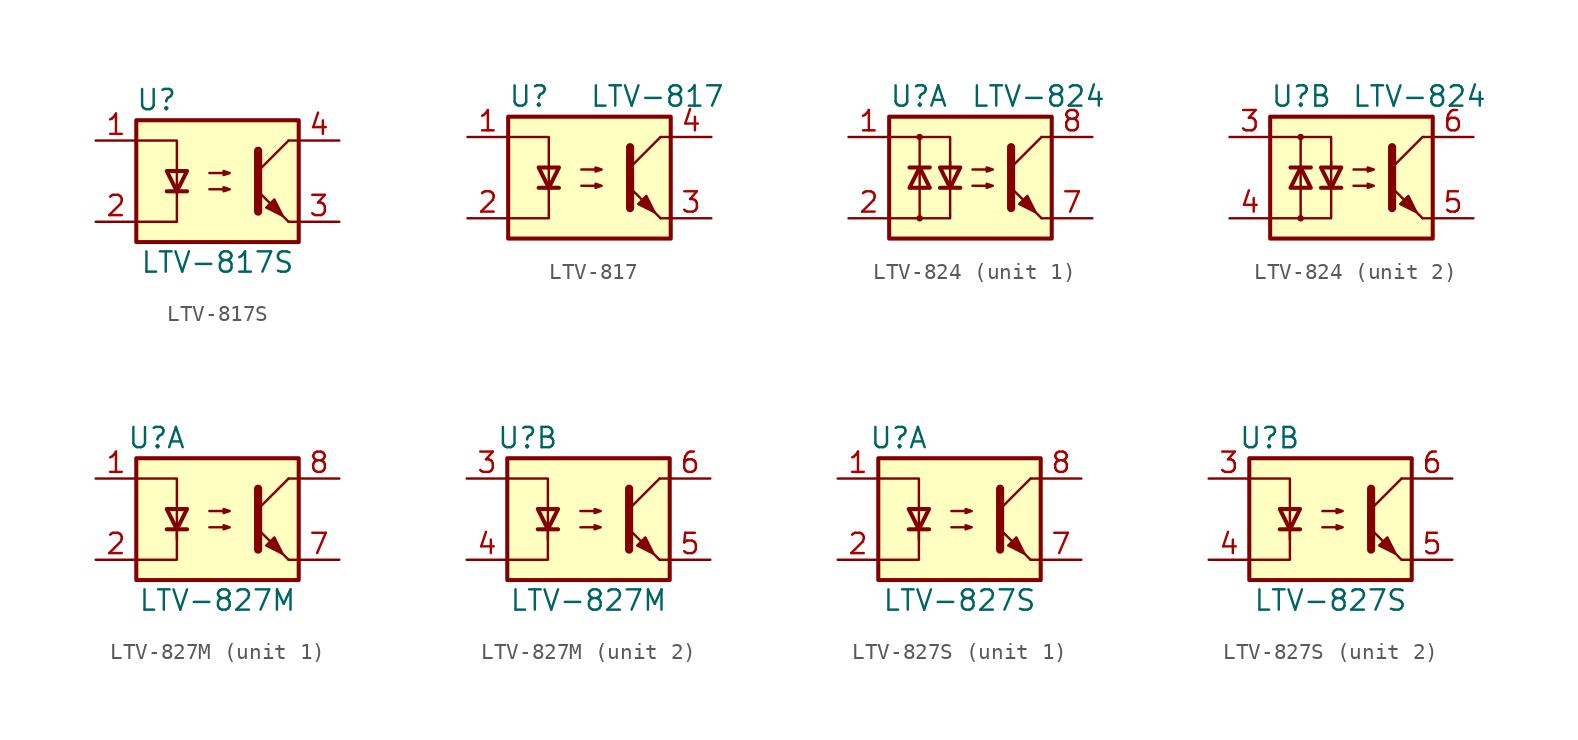
<source format=kicad_sym>
(kicad_symbol_lib
  (version 20241209)
  (generator "kicad_symbol_editor")
  (generator_version "9.0")
  (symbol "LTV-817S"
    (pin_names
      (offset 1.016))
    (property "Reference" "U"
      (at -3.81 5.08 0)
      (effects (font (size 1.27 1.27))))
    (property "Value" "LTV-817S"
      (at 0 -5.08 0)
      (effects (font (size 1.27 1.27))))
    (symbol "LTV-817S_1_1"
      (rectangle (start -5.08 3.81) (end 5.08 -3.81) (stroke (width 0.254) (type default)) (fill (type background)))
      (polyline (pts (xy -5.08 2.54) (xy -2.54 2.54) (xy -2.54 -0.762)) (stroke (width 0) (type default)) (fill (type none)))
      (polyline (pts (xy -3.175 -0.635) (xy -1.905 -0.635)) (stroke (width 0.254) (type default)) (fill (type none)))
      (polyline (pts (xy -2.54 -0.635) (xy -2.54 -2.54) (xy -5.08 -2.54)) (stroke (width 0) (type default)) (fill (type none)))
      (polyline (pts (xy -2.54 -0.635) (xy -3.175 0.635) (xy -1.905 0.635) (xy -2.54 -0.635)) (stroke (width 0.254) (type default)) (fill (type none)))
      (polyline (pts (xy -0.508 0.508) (xy 0.762 0.508) (xy 0.381 0.381) (xy 0.381 0.635) (xy 0.762 0.508)) (stroke (width 0) (type default)) (fill (type none)))
      (polyline (pts (xy -0.508 -0.508) (xy 0.762 -0.508) (xy 0.381 -0.635) (xy 0.381 -0.381) (xy 0.762 -0.508)) (stroke (width 0) (type default)) (fill (type none)))
      (polyline (pts (xy 2.54 1.905) (xy 2.54 -1.905) (xy 2.54 -1.905)) (stroke (width 0.508) (type default)) (fill (type none)))
      (polyline (pts (xy 2.54 0.635) (xy 4.445 2.54)) (stroke (width 0) (type default)) (fill (type none)))
      (polyline (pts (xy 3.048 -1.651) (xy 3.556 -1.143) (xy 4.064 -2.159) (xy 3.048 -1.651) (xy 3.048 -1.651)) (stroke (width 0) (type default)) (fill (type outline)))
      (polyline (pts (xy 4.445 2.54) (xy 5.08 2.54)) (stroke (width 0) (type default)) (fill (type none)))
      (polyline (pts (xy 4.445 -2.54) (xy 2.54 -0.635)) (stroke (width 0) (type default)) (fill (type outline)))
      (polyline (pts (xy 4.445 -2.54) (xy 5.08 -2.54)) (stroke (width 0) (type default)) (fill (type none)))
      (pin passive line (at -7.62 2.54 0) (length 2.54) (name "~" (effects (font (size 1.27 1.27)))) (number "1" (effects (font (size 1.27 1.27)))))
      (pin passive line (at -7.62 -2.54 0) (length 2.54) (name "~" (effects (font (size 1.27 1.27)))) (number "2" (effects (font (size 1.27 1.27)))))
      (pin passive line (at 7.62 2.54 180) (length 2.54) (name "~" (effects (font (size 1.27 1.27)))) (number "4" (effects (font (size 1.27 1.27)))))
      (pin passive line (at 7.62 -2.54 180) (length 2.54) (name "~" (effects (font (size 1.27 1.27)))) (number "3" (effects (font (size 1.27 1.27)))))))
  (symbol "LTV-817"
    (pin_names
      (offset 1.016))
    (property "Reference" "U"
      (at -5.08 5.08 0)
      (effects (font (size 1.27 1.27)) (justify left)))
    (property "Value" "LTV-817"
      (at 0 5.08 0)
      (effects (font (size 1.27 1.27)) (justify left)))
    (symbol "LTV-817_0_1"
      (rectangle (start -5.08 3.81) (end 5.08 -3.81) (stroke (width 0.254) (type default)) (fill (type background)))
      (polyline (pts (xy -5.08 2.54) (xy -2.54 2.54) (xy -2.54 -0.762)) (stroke (width 0) (type default)) (fill (type none)))
      (polyline (pts (xy -3.175 -0.635) (xy -1.905 -0.635)) (stroke (width 0.254) (type default)) (fill (type none)))
      (polyline (pts (xy -2.54 -0.635) (xy -2.54 -2.54) (xy -5.08 -2.54)) (stroke (width 0) (type default)) (fill (type none)))
      (polyline (pts (xy -2.54 -0.635) (xy -3.175 0.635) (xy -1.905 0.635) (xy -2.54 -0.635)) (stroke (width 0.254) (type default)) (fill (type none)))
      (polyline (pts (xy -0.508 0.508) (xy 0.762 0.508) (xy 0.381 0.381) (xy 0.381 0.635) (xy 0.762 0.508)) (stroke (width 0) (type default)) (fill (type none)))
      (polyline (pts (xy -0.508 -0.508) (xy 0.762 -0.508) (xy 0.381 -0.635) (xy 0.381 -0.381) (xy 0.762 -0.508)) (stroke (width 0) (type default)) (fill (type none)))
      (polyline (pts (xy 2.54 1.905) (xy 2.54 -1.905) (xy 2.54 -1.905)) (stroke (width 0.508) (type default)) (fill (type none)))
      (polyline (pts (xy 2.54 0.635) (xy 4.445 2.54)) (stroke (width 0) (type default)) (fill (type none)))
      (polyline (pts (xy 3.048 -1.651) (xy 3.556 -1.143) (xy 4.064 -2.159) (xy 3.048 -1.651) (xy 3.048 -1.651)) (stroke (width 0) (type default)) (fill (type outline)))
      (polyline (pts (xy 4.445 2.54) (xy 5.08 2.54)) (stroke (width 0) (type default)) (fill (type none)))
      (polyline (pts (xy 4.445 -2.54) (xy 2.54 -0.635)) (stroke (width 0) (type default)) (fill (type outline)))
      (polyline (pts (xy 4.445 -2.54) (xy 5.08 -2.54)) (stroke (width 0) (type default)) (fill (type none))))
    (symbol "LTV-817_1_1"
      (pin passive line (at -7.62 2.54 0) (length 2.54) (name "~" (effects (font (size 1.27 1.27)))) (number "1" (effects (font (size 1.27 1.27)))))
      (pin passive line (at -7.62 -2.54 0) (length 2.54) (name "~" (effects (font (size 1.27 1.27)))) (number "2" (effects (font (size 1.27 1.27)))))
      (pin passive line (at 7.62 2.54 180) (length 2.54) (name "~" (effects (font (size 1.27 1.27)))) (number "4" (effects (font (size 1.27 1.27)))))
      (pin passive line (at 7.62 -2.54 180) (length 2.54) (name "~" (effects (font (size 1.27 1.27)))) (number "3" (effects (font (size 1.27 1.27)))))))
  (symbol "LTV-824"
    (pin_names
      (offset 1.016))
    (property "Reference" "U"
      (at -5.08 5.08 0)
      (effects (font (size 1.27 1.27)) (justify left)))
    (property "Value" "LTV-824"
      (at 0 5.08 0)
      (effects (font (size 1.27 1.27)) (justify left)))
    (symbol "LTV-824_0_1"
      (rectangle (start -5.08 3.81) (end 5.08 -3.81) (stroke (width 0.254) (type default)) (fill (type background)))
      (polyline (pts (xy -5.08 2.54) (xy -1.27 2.54) (xy -1.27 0.635)) (stroke (width 0) (type default)) (fill (type none)))
      (polyline (pts (xy -3.81 0.635) (xy -2.54 0.635)) (stroke (width 0.254) (type default)) (fill (type none)))
      (circle (center -3.175 2.54) (radius 0.127) (stroke (width 0) (type default)) (fill (type none)))
      (polyline (pts (xy -3.175 0.635) (xy -3.175 2.54)) (stroke (width 0) (type default)) (fill (type none)))
      (polyline (pts (xy -3.175 0.635) (xy -3.175 -2.54)) (stroke (width 0) (type default)) (fill (type none)))
      (polyline (pts (xy -3.175 0.635) (xy -3.81 -0.635) (xy -2.54 -0.635) (xy -3.175 0.635)) (stroke (width 0.254) (type default)) (fill (type none)))
      (circle (center -3.175 -2.54) (radius 0.127) (stroke (width 0) (type default)) (fill (type none)))
      (polyline (pts (xy -1.905 -0.635) (xy -0.635 -0.635)) (stroke (width 0.254) (type default)) (fill (type none)))
      (polyline (pts (xy -1.27 1.016) (xy -1.27 -2.54) (xy -5.08 -2.54)) (stroke (width 0) (type default)) (fill (type none)))
      (polyline (pts (xy -1.27 -0.635) (xy -1.905 0.635) (xy -0.635 0.635) (xy -1.27 -0.635)) (stroke (width 0.254) (type default)) (fill (type none)))
      (polyline (pts (xy 0.127 0.508) (xy 1.397 0.508) (xy 1.016 0.381) (xy 1.016 0.635) (xy 1.397 0.508)) (stroke (width 0) (type default)) (fill (type none)))
      (polyline (pts (xy 0.127 -0.508) (xy 1.397 -0.508) (xy 1.016 -0.635) (xy 1.016 -0.381) (xy 1.397 -0.508)) (stroke (width 0) (type default)) (fill (type none)))
      (polyline (pts (xy 2.54 1.905) (xy 2.54 -1.905) (xy 2.54 -1.905)) (stroke (width 0.508) (type default)) (fill (type none)))
      (polyline (pts (xy 2.54 0.635) (xy 4.445 2.54)) (stroke (width 0) (type default)) (fill (type none)))
      (polyline (pts (xy 3.048 -1.651) (xy 3.556 -1.143) (xy 4.064 -2.159) (xy 3.048 -1.651) (xy 3.048 -1.651)) (stroke (width 0) (type default)) (fill (type outline)))
      (polyline (pts (xy 4.445 2.54) (xy 5.08 2.54)) (stroke (width 0) (type default)) (fill (type none)))
      (polyline (pts (xy 4.445 -2.54) (xy 2.54 -0.635)) (stroke (width 0) (type default)) (fill (type outline)))
      (polyline (pts (xy 4.445 -2.54) (xy 5.08 -2.54)) (stroke (width 0) (type default)) (fill (type none))))
    (symbol "LTV-824_1_1"
      (pin passive line (at -7.62 2.54 0) (length 2.54) (name "~" (effects (font (size 1.27 1.27)))) (number "1" (effects (font (size 1.27 1.27)))))
      (pin passive line (at -7.62 -2.54 0) (length 2.54) (name "~" (effects (font (size 1.27 1.27)))) (number "2" (effects (font (size 1.27 1.27)))))
      (pin passive line (at 7.62 2.54 180) (length 2.54) (name "~" (effects (font (size 1.27 1.27)))) (number "8" (effects (font (size 1.27 1.27)))))
      (pin passive line (at 7.62 -2.54 180) (length 2.54) (name "~" (effects (font (size 1.27 1.27)))) (number "7" (effects (font (size 1.27 1.27))))))
    (symbol "LTV-824_2_1"
      (pin passive line (at -7.62 2.54 0) (length 2.54) (name "~" (effects (font (size 1.27 1.27)))) (number "3" (effects (font (size 1.27 1.27)))))
      (pin passive line (at -7.62 -2.54 0) (length 2.54) (name "~" (effects (font (size 1.27 1.27)))) (number "4" (effects (font (size 1.27 1.27)))))
      (pin passive line (at 7.62 2.54 180) (length 2.54) (name "~" (effects (font (size 1.27 1.27)))) (number "6" (effects (font (size 1.27 1.27)))))
      (pin passive line (at 7.62 -2.54 180) (length 2.54) (name "~" (effects (font (size 1.27 1.27)))) (number "5" (effects (font (size 1.27 1.27)))))))
  (symbol "LTV-827M"
    (pin_names
      (offset 1.016))
    (property "Reference" "U"
      (at -3.81 5.08 0)
      (effects (font (size 1.27 1.27))))
    (property "Value" "LTV-827M"
      (at 0 -5.08 0)
      (effects (font (size 1.27 1.27))))
    (symbol "LTV-827M_0_1"
      (rectangle (start -5.08 3.81) (end 5.08 -3.81) (stroke (width 0.254) (type default)) (fill (type background)))
      (polyline (pts (xy -5.08 2.54) (xy -2.54 2.54) (xy -2.54 -1.27) (xy -2.54 0.635)) (stroke (width 0) (type default)) (fill (type none)))
      (polyline (pts (xy -3.175 -0.635) (xy -1.905 -0.635)) (stroke (width 0.254) (type default)) (fill (type none)))
      (polyline (pts (xy -2.54 -0.635) (xy -2.54 -2.54) (xy -5.08 -2.54)) (stroke (width 0) (type default)) (fill (type none)))
      (polyline (pts (xy -2.54 -0.635) (xy -3.175 0.635) (xy -1.905 0.635) (xy -2.54 -0.635)) (stroke (width 0.254) (type default)) (fill (type none)))
      (polyline (pts (xy -0.508 0.508) (xy 0.762 0.508) (xy 0.381 0.381) (xy 0.381 0.635) (xy 0.762 0.508)) (stroke (width 0) (type default)) (fill (type none)))
      (polyline (pts (xy -0.508 -0.508) (xy 0.762 -0.508) (xy 0.381 -0.635) (xy 0.381 -0.381) (xy 0.762 -0.508)) (stroke (width 0) (type default)) (fill (type none)))
      (polyline (pts (xy 2.54 1.905) (xy 2.54 -1.905) (xy 2.54 -1.905)) (stroke (width 0.508) (type default)) (fill (type none)))
      (polyline (pts (xy 2.54 0.635) (xy 4.445 2.54)) (stroke (width 0) (type default)) (fill (type none)))
      (polyline (pts (xy 3.048 -1.651) (xy 3.556 -1.143) (xy 4.064 -2.159) (xy 3.048 -1.651) (xy 3.048 -1.651)) (stroke (width 0) (type default)) (fill (type outline)))
      (polyline (pts (xy 4.445 2.54) (xy 5.08 2.54)) (stroke (width 0) (type default)) (fill (type none)))
      (polyline (pts (xy 4.445 -2.54) (xy 2.54 -0.635)) (stroke (width 0) (type default)) (fill (type outline)))
      (polyline (pts (xy 4.445 -2.54) (xy 5.08 -2.54)) (stroke (width 0) (type default)) (fill (type none))))
    (symbol "LTV-827M_1_1"
      (pin passive line (at -7.62 2.54 0) (length 2.54) (name "~" (effects (font (size 1.27 1.27)))) (number "1" (effects (font (size 1.27 1.27)))))
      (pin passive line (at -7.62 -2.54 0) (length 2.54) (name "~" (effects (font (size 1.27 1.27)))) (number "2" (effects (font (size 1.27 1.27)))))
      (pin passive line (at 7.62 2.54 180) (length 2.54) (name "~" (effects (font (size 1.27 1.27)))) (number "8" (effects (font (size 1.27 1.27)))))
      (pin passive line (at 7.62 -2.54 180) (length 2.54) (name "~" (effects (font (size 1.27 1.27)))) (number "7" (effects (font (size 1.27 1.27))))))
    (symbol "LTV-827M_2_1"
      (pin passive line (at -7.62 2.54 0) (length 2.54) (name "~" (effects (font (size 1.27 1.27)))) (number "3" (effects (font (size 1.27 1.27)))))
      (pin passive line (at -7.62 -2.54 0) (length 2.54) (name "~" (effects (font (size 1.27 1.27)))) (number "4" (effects (font (size 1.27 1.27)))))
      (pin passive line (at 7.62 2.54 180) (length 2.54) (name "~" (effects (font (size 1.27 1.27)))) (number "6" (effects (font (size 1.27 1.27)))))
      (pin passive line (at 7.62 -2.54 180) (length 2.54) (name "~" (effects (font (size 1.27 1.27)))) (number "5" (effects (font (size 1.27 1.27)))))))
  (symbol "LTV-827S"
    (pin_names
      (offset 1.016))
    (property "Reference" "U"
      (at -3.81 5.08 0)
      (effects (font (size 1.27 1.27))))
    (property "Value" "LTV-827S"
      (at 0 -5.08 0)
      (effects (font (size 1.27 1.27))))
    (symbol "LTV-827S_0_1"
      (rectangle (start -5.08 3.81) (end 5.08 -3.81) (stroke (width 0.254) (type default)) (fill (type background)))
      (polyline (pts (xy -5.08 2.54) (xy -2.54 2.54) (xy -2.54 -1.27) (xy -2.54 0.635)) (stroke (width 0) (type default)) (fill (type none)))
      (polyline (pts (xy -3.175 -0.635) (xy -1.905 -0.635)) (stroke (width 0.254) (type default)) (fill (type none)))
      (polyline (pts (xy -2.54 -0.635) (xy -2.54 -2.54) (xy -5.08 -2.54)) (stroke (width 0) (type default)) (fill (type none)))
      (polyline (pts (xy -2.54 -0.635) (xy -3.175 0.635) (xy -1.905 0.635) (xy -2.54 -0.635)) (stroke (width 0.254) (type default)) (fill (type none)))
      (polyline (pts (xy -0.508 0.508) (xy 0.762 0.508) (xy 0.381 0.381) (xy 0.381 0.635) (xy 0.762 0.508)) (stroke (width 0) (type default)) (fill (type none)))
      (polyline (pts (xy -0.508 -0.508) (xy 0.762 -0.508) (xy 0.381 -0.635) (xy 0.381 -0.381) (xy 0.762 -0.508)) (stroke (width 0) (type default)) (fill (type none)))
      (polyline (pts (xy 2.54 1.905) (xy 2.54 -1.905) (xy 2.54 -1.905)) (stroke (width 0.508) (type default)) (fill (type none)))
      (polyline (pts (xy 2.54 0.635) (xy 4.445 2.54)) (stroke (width 0) (type default)) (fill (type none)))
      (polyline (pts (xy 3.048 -1.651) (xy 3.556 -1.143) (xy 4.064 -2.159) (xy 3.048 -1.651) (xy 3.048 -1.651)) (stroke (width 0) (type default)) (fill (type outline)))
      (polyline (pts (xy 4.445 2.54) (xy 5.08 2.54)) (stroke (width 0) (type default)) (fill (type none)))
      (polyline (pts (xy 4.445 -2.54) (xy 2.54 -0.635)) (stroke (width 0) (type default)) (fill (type outline)))
      (polyline (pts (xy 4.445 -2.54) (xy 5.08 -2.54)) (stroke (width 0) (type default)) (fill (type none))))
    (symbol "LTV-827S_1_1"
      (pin passive line (at -7.62 2.54 0) (length 2.54) (name "~" (effects (font (size 1.27 1.27)))) (number "1" (effects (font (size 1.27 1.27)))))
      (pin passive line (at -7.62 -2.54 0) (length 2.54) (name "~" (effects (font (size 1.27 1.27)))) (number "2" (effects (font (size 1.27 1.27)))))
      (pin passive line (at 7.62 2.54 180) (length 2.54) (name "~" (effects (font (size 1.27 1.27)))) (number "8" (effects (font (size 1.27 1.27)))))
      (pin passive line (at 7.62 -2.54 180) (length 2.54) (name "~" (effects (font (size 1.27 1.27)))) (number "7" (effects (font (size 1.27 1.27))))))
    (symbol "LTV-827S_2_1"
      (pin passive line (at -7.62 2.54 0) (length 2.54) (name "~" (effects (font (size 1.27 1.27)))) (number "3" (effects (font (size 1.27 1.27)))))
      (pin passive line (at -7.62 -2.54 0) (length 2.54) (name "~" (effects (font (size 1.27 1.27)))) (number "4" (effects (font (size 1.27 1.27)))))
      (pin passive line (at 7.62 2.54 180) (length 2.54) (name "~" (effects (font (size 1.27 1.27)))) (number "6" (effects (font (size 1.27 1.27)))))
      (pin passive line (at 7.62 -2.54 180) (length 2.54) (name "~" (effects (font (size 1.27 1.27)))) (number "5" (effects (font (size 1.27 1.27))))))))
</source>
